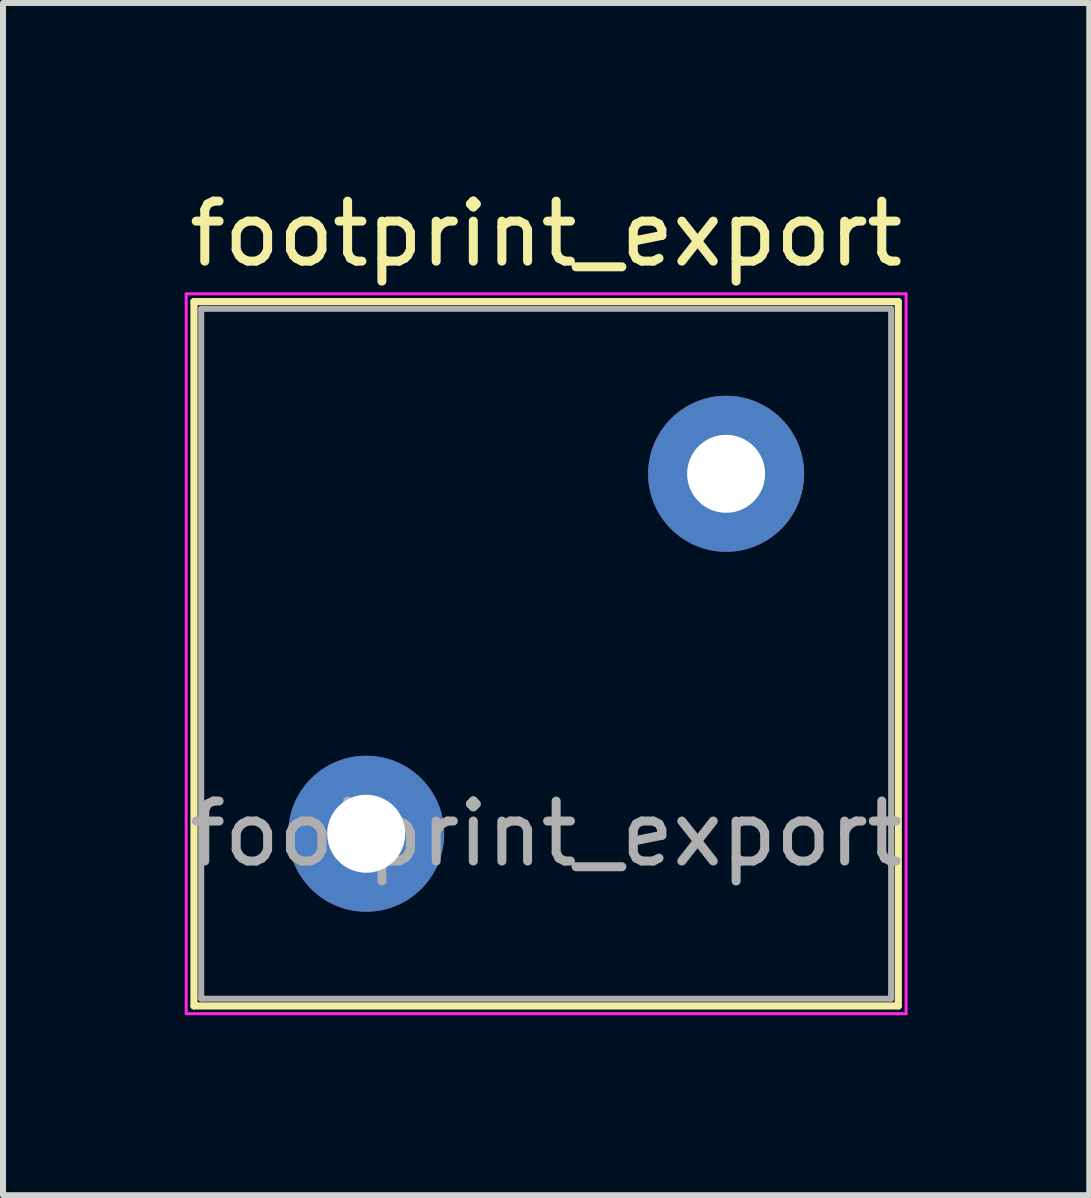
<source format=kicad_pcb>
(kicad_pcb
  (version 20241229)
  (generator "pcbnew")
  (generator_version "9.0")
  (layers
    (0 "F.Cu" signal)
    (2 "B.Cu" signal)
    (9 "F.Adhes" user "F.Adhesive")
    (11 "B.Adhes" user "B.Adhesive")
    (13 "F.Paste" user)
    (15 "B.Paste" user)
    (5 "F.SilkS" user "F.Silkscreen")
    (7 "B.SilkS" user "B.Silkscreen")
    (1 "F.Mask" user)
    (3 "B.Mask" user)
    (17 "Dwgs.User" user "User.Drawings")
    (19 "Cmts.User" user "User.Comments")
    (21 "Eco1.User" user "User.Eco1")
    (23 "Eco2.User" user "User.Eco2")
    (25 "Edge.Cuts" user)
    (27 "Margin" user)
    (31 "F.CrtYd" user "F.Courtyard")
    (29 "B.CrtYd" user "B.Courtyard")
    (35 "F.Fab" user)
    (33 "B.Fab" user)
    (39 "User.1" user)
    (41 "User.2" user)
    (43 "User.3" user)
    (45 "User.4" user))
  (footprint "footprint_export"
    (layer "F.Cu")
    (at 3.054 10.848)
    (property "Reference" "footprint_export" (at 3 -10 0) (layer "F.SilkS") (effects (font (size 1 1) (thickness 0.15))))
    (attr through_hole)
    (fp_line (start -2.87 -8.87) (end -2.87 2.87) (stroke (width 0.12) (type solid)) (layer "F.SilkS"))
    (fp_line (start -2.87 -8.87) (end 8.87 -8.87) (stroke (width 0.12) (type solid)) (layer "F.SilkS"))
    (fp_line (start -2.87 2.87) (end 8.87 2.87) (stroke (width 0.12) (type solid)) (layer "F.SilkS"))
    (fp_line (start 8.87 -8.87) (end 8.87 2.87) (stroke (width 0.12) (type solid)) (layer "F.SilkS"))
    (fp_line (start -3 -9) (end -3 3) (stroke (width 0.05) (type solid)) (layer "F.CrtYd"))
    (fp_line (start -3 3) (end 9 3) (stroke (width 0.05) (type solid)) (layer "F.CrtYd"))
    (fp_line (start 9 -9) (end -3 -9) (stroke (width 0.05) (type solid)) (layer "F.CrtYd"))
    (fp_line (start 9 3) (end 9 -9) (stroke (width 0.05) (type solid)) (layer "F.CrtYd"))
    (fp_line (start -2.75 -8.75) (end -2.75 2.75) (stroke (width 0.1) (type solid)) (layer "F.Fab"))
    (fp_line (start -2.75 2.75) (end 8.75 2.75) (stroke (width 0.1) (type solid)) (layer "F.Fab"))
    (fp_line (start 8.75 -8.75) (end -2.75 -8.75) (stroke (width 0.1) (type solid)) (layer "F.Fab"))
    (fp_line (start 8.75 2.75) (end 8.75 -8.75) (stroke (width 0.1) (type solid)) (layer "F.Fab"))
    (fp_text user "${REFERENCE}" (at 3 0 0) (layer "F.Fab") (effects (font (size 1 1) (thickness 0.15))))
    (pad "1" thru_hole circle (at 0 0) (size 2.6 2.6) (drill 1.3) (layers "*.Cu" "*.Mask"))
    (pad "2" thru_hole circle (at 6 -6) (size 2.6 2.6) (drill 1.3) (layers "*.Cu" "*.Mask")))
  (gr_rect
    (start -3 -3)
    (end 15.107 16.873)
    (stroke (width 0.1) (type default))
    (fill no)
    (layer "Edge.Cuts")))
</source>
